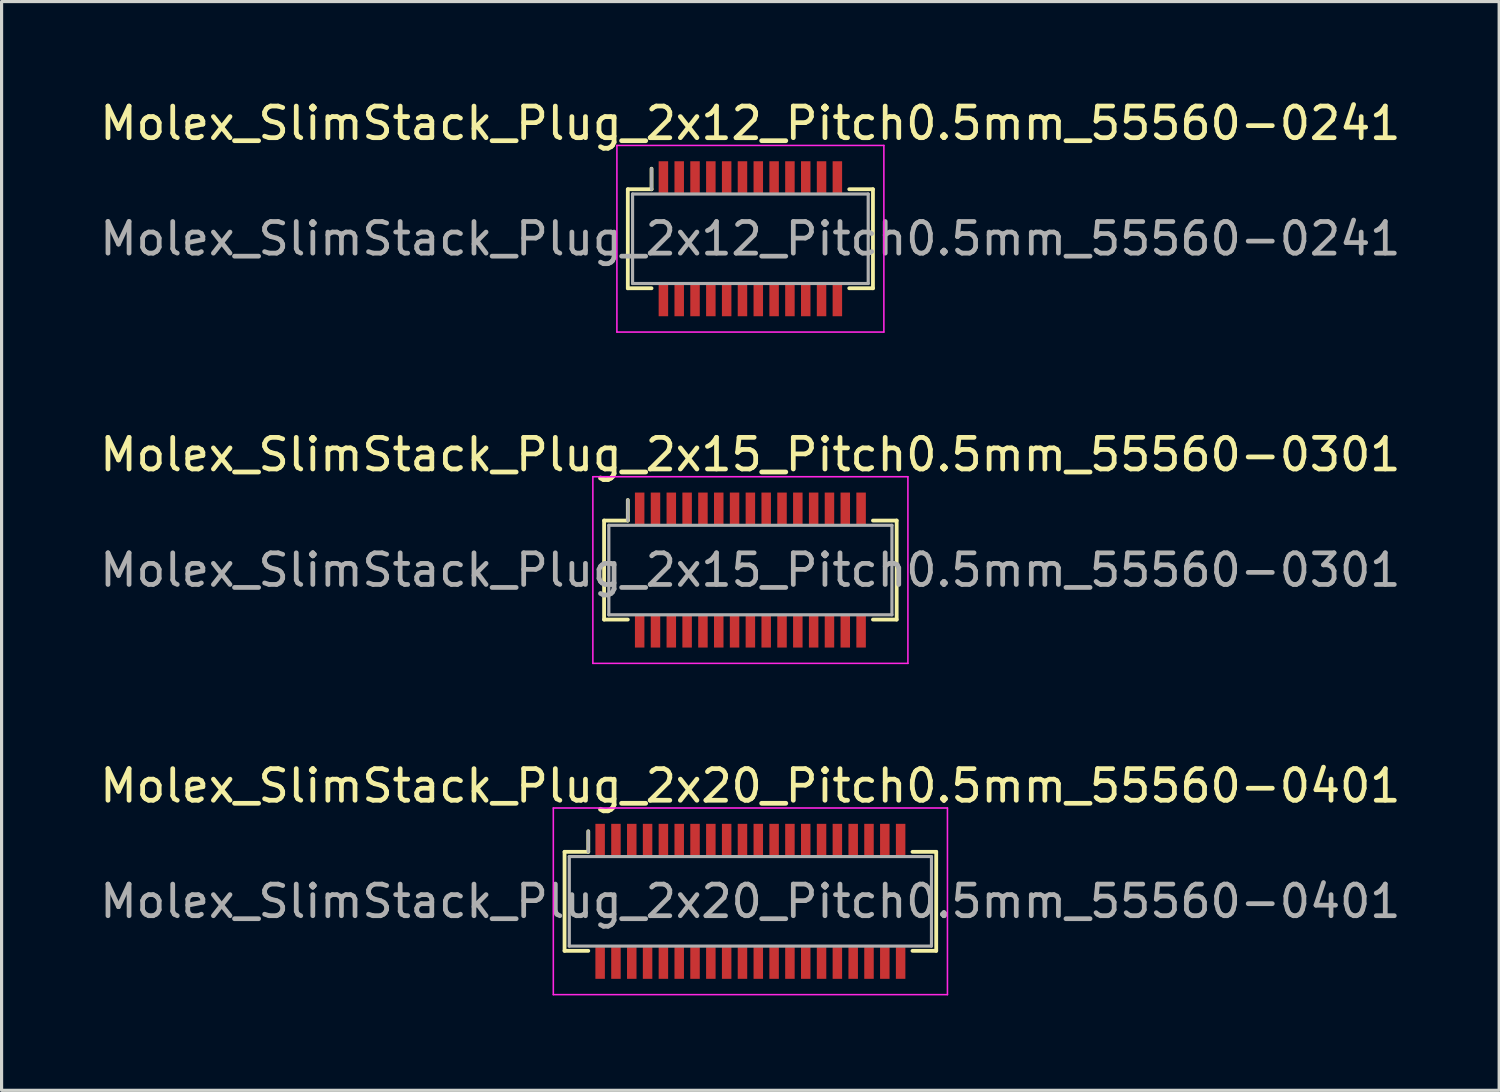
<source format=kicad_pcb>
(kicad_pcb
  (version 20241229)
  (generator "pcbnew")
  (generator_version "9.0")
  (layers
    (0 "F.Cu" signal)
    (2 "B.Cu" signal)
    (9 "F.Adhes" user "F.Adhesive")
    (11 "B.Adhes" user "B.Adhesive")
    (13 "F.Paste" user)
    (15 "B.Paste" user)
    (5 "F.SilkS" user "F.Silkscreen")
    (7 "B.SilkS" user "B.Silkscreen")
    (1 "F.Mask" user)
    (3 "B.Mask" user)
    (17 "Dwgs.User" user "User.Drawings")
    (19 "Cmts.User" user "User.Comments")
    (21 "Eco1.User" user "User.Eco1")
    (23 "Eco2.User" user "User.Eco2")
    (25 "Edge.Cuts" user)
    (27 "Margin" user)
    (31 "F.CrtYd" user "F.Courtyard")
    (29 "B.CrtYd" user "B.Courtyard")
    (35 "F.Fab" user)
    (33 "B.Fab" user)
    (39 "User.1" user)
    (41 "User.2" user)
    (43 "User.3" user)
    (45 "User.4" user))
  (footprint "Molex_SlimStack_Plug_2x15_Pitch0.5mm_55560-0301"
    (layer "F.Cu")
    (at 20.673 14.972)
    (property "Reference" "Molex_SlimStack_Plug_2x15_Pitch0.5mm_55560-0301" (at 0 -3.65 0) (layer "F.SilkS") (effects (font (size 1 1) (thickness 0.15))))
    (attr smd)
    (fp_line (start -4.625 -1.565) (end -3.875 -1.565) (stroke (width 0.12) (type solid)) (layer "F.SilkS"))
    (fp_line (start -4.625 1.565) (end -4.625 -1.565) (stroke (width 0.12) (type solid)) (layer "F.SilkS"))
    (fp_line (start -3.875 -1.565) (end -3.875 -2.215) (stroke (width 0.12) (type solid)) (layer "F.SilkS"))
    (fp_line (start -3.875 1.565) (end -4.625 1.565) (stroke (width 0.12) (type solid)) (layer "F.SilkS"))
    (fp_line (start 3.875 1.565) (end 4.625 1.565) (stroke (width 0.12) (type solid)) (layer "F.SilkS"))
    (fp_line (start 4.625 -1.565) (end 3.875 -1.565) (stroke (width 0.12) (type solid)) (layer "F.SilkS"))
    (fp_line (start 4.625 1.565) (end 4.625 -1.565) (stroke (width 0.12) (type solid)) (layer "F.SilkS"))
    (fp_line (start -4.98 -2.95) (end -4.98 2.95) (stroke (width 0.05) (type solid)) (layer "F.CrtYd"))
    (fp_line (start -4.98 2.95) (end 4.98 2.95) (stroke (width 0.05) (type solid)) (layer "F.CrtYd"))
    (fp_line (start 4.98 -2.95) (end -4.98 -2.95) (stroke (width 0.05) (type solid)) (layer "F.CrtYd"))
    (fp_line (start 4.98 2.95) (end 4.98 -2.95) (stroke (width 0.05) (type solid)) (layer "F.CrtYd"))
    (fp_line (start -4.475 -1.415) (end -4.475 1.415) (stroke (width 0.1) (type solid)) (layer "F.Fab"))
    (fp_line (start -4.475 1.415) (end 4.475 1.415) (stroke (width 0.1) (type solid)) (layer "F.Fab"))
    (fp_line (start -3.875 -1.565) (end -3.875 -2.215) (stroke (width 0.1) (type solid)) (layer "F.Fab"))
    (fp_line (start 4.475 -1.415) (end -4.475 -1.415) (stroke (width 0.1) (type solid)) (layer "F.Fab"))
    (fp_line (start 4.475 1.415) (end 4.475 -1.415) (stroke (width 0.1) (type solid)) (layer "F.Fab"))
    (fp_text user "${REFERENCE}" (at 0 0 0) (layer "F.Fab") (effects (font (size 1 1) (thickness 0.15))))
    (pad "1" smd rect (at -3.5 -1.95) (size 0.3 1) (layers "F.Cu" "F.Mask" "F.Paste"))
    (pad "2" smd rect (at -3.5 1.95) (size 0.3 1) (layers "F.Cu" "F.Mask" "F.Paste"))
    (pad "3" smd rect (at -3 -1.95) (size 0.3 1) (layers "F.Cu" "F.Mask" "F.Paste"))
    (pad "4" smd rect (at -3 1.95) (size 0.3 1) (layers "F.Cu" "F.Mask" "F.Paste"))
    (pad "5" smd rect (at -2.5 -1.95) (size 0.3 1) (layers "F.Cu" "F.Mask" "F.Paste"))
    (pad "6" smd rect (at -2.5 1.95) (size 0.3 1) (layers "F.Cu" "F.Mask" "F.Paste"))
    (pad "7" smd rect (at -2 -1.95) (size 0.3 1) (layers "F.Cu" "F.Mask" "F.Paste"))
    (pad "8" smd rect (at -2 1.95) (size 0.3 1) (layers "F.Cu" "F.Mask" "F.Paste"))
    (pad "9" smd rect (at -1.5 -1.95) (size 0.3 1) (layers "F.Cu" "F.Mask" "F.Paste"))
    (pad "10" smd rect (at -1.5 1.95) (size 0.3 1) (layers "F.Cu" "F.Mask" "F.Paste"))
    (pad "11" smd rect (at -1 -1.95) (size 0.3 1) (layers "F.Cu" "F.Mask" "F.Paste"))
    (pad "12" smd rect (at -1 1.95) (size 0.3 1) (layers "F.Cu" "F.Mask" "F.Paste"))
    (pad "13" smd rect (at -0.5 -1.95) (size 0.3 1) (layers "F.Cu" "F.Mask" "F.Paste"))
    (pad "14" smd rect (at -0.5 1.95) (size 0.3 1) (layers "F.Cu" "F.Mask" "F.Paste"))
    (pad "15" smd rect (at 0 -1.95) (size 0.3 1) (layers "F.Cu" "F.Mask" "F.Paste"))
    (pad "16" smd rect (at 0 1.95) (size 0.3 1) (layers "F.Cu" "F.Mask" "F.Paste"))
    (pad "17" smd rect (at 0.5 -1.95) (size 0.3 1) (layers "F.Cu" "F.Mask" "F.Paste"))
    (pad "18" smd rect (at 0.5 1.95) (size 0.3 1) (layers "F.Cu" "F.Mask" "F.Paste"))
    (pad "19" smd rect (at 1 -1.95) (size 0.3 1) (layers "F.Cu" "F.Mask" "F.Paste"))
    (pad "20" smd rect (at 1 1.95) (size 0.3 1) (layers "F.Cu" "F.Mask" "F.Paste"))
    (pad "21" smd rect (at 1.5 -1.95) (size 0.3 1) (layers "F.Cu" "F.Mask" "F.Paste"))
    (pad "22" smd rect (at 1.5 1.95) (size 0.3 1) (layers "F.Cu" "F.Mask" "F.Paste"))
    (pad "23" smd rect (at 2 -1.95) (size 0.3 1) (layers "F.Cu" "F.Mask" "F.Paste"))
    (pad "24" smd rect (at 2 1.95) (size 0.3 1) (layers "F.Cu" "F.Mask" "F.Paste"))
    (pad "25" smd rect (at 2.5 -1.95) (size 0.3 1) (layers "F.Cu" "F.Mask" "F.Paste"))
    (pad "26" smd rect (at 2.5 1.95) (size 0.3 1) (layers "F.Cu" "F.Mask" "F.Paste"))
    (pad "27" smd rect (at 3 -1.95) (size 0.3 1) (layers "F.Cu" "F.Mask" "F.Paste"))
    (pad "28" smd rect (at 3 1.95) (size 0.3 1) (layers "F.Cu" "F.Mask" "F.Paste"))
    (pad "29" smd rect (at 3.5 -1.95) (size 0.3 1) (layers "F.Cu" "F.Mask" "F.Paste"))
    (pad "30" smd rect (at 3.5 1.95) (size 0.3 1) (layers "F.Cu" "F.Mask" "F.Paste")))
  (footprint "Molex_SlimStack_Plug_2x12_Pitch0.5mm_55560-0241"
    (layer "F.Cu")
    (at 20.673 4.498)
    (property "Reference" "Molex_SlimStack_Plug_2x12_Pitch0.5mm_55560-0241" (at 0 -3.65 0) (layer "F.SilkS") (effects (font (size 1 1) (thickness 0.15))))
    (attr smd)
    (fp_line (start -3.875 -1.565) (end -3.125 -1.565) (stroke (width 0.12) (type solid)) (layer "F.SilkS"))
    (fp_line (start -3.875 1.565) (end -3.875 -1.565) (stroke (width 0.12) (type solid)) (layer "F.SilkS"))
    (fp_line (start -3.125 -1.565) (end -3.125 -2.215) (stroke (width 0.12) (type solid)) (layer "F.SilkS"))
    (fp_line (start -3.125 1.565) (end -3.875 1.565) (stroke (width 0.12) (type solid)) (layer "F.SilkS"))
    (fp_line (start 3.125 1.565) (end 3.875 1.565) (stroke (width 0.12) (type solid)) (layer "F.SilkS"))
    (fp_line (start 3.875 -1.565) (end 3.125 -1.565) (stroke (width 0.12) (type solid)) (layer "F.SilkS"))
    (fp_line (start 3.875 1.565) (end 3.875 -1.565) (stroke (width 0.12) (type solid)) (layer "F.SilkS"))
    (fp_line (start -4.22 -2.95) (end -4.22 2.95) (stroke (width 0.05) (type solid)) (layer "F.CrtYd"))
    (fp_line (start -4.22 2.95) (end 4.22 2.95) (stroke (width 0.05) (type solid)) (layer "F.CrtYd"))
    (fp_line (start 4.22 -2.95) (end -4.22 -2.95) (stroke (width 0.05) (type solid)) (layer "F.CrtYd"))
    (fp_line (start 4.22 2.95) (end 4.22 -2.95) (stroke (width 0.05) (type solid)) (layer "F.CrtYd"))
    (fp_line (start -3.725 -1.415) (end -3.725 1.415) (stroke (width 0.1) (type solid)) (layer "F.Fab"))
    (fp_line (start -3.725 1.415) (end 3.725 1.415) (stroke (width 0.1) (type solid)) (layer "F.Fab"))
    (fp_line (start -3.125 -1.565) (end -3.125 -2.215) (stroke (width 0.1) (type solid)) (layer "F.Fab"))
    (fp_line (start 3.725 -1.415) (end -3.725 -1.415) (stroke (width 0.1) (type solid)) (layer "F.Fab"))
    (fp_line (start 3.725 1.415) (end 3.725 -1.415) (stroke (width 0.1) (type solid)) (layer "F.Fab"))
    (fp_text user "${REFERENCE}" (at 0 0 0) (layer "F.Fab") (effects (font (size 1 1) (thickness 0.15))))
    (pad "1" smd rect (at -2.75 -1.95) (size 0.3 1) (layers "F.Cu" "F.Mask" "F.Paste"))
    (pad "2" smd rect (at -2.75 1.95) (size 0.3 1) (layers "F.Cu" "F.Mask" "F.Paste"))
    (pad "3" smd rect (at -2.25 -1.95) (size 0.3 1) (layers "F.Cu" "F.Mask" "F.Paste"))
    (pad "4" smd rect (at -2.25 1.95) (size 0.3 1) (layers "F.Cu" "F.Mask" "F.Paste"))
    (pad "5" smd rect (at -1.75 -1.95) (size 0.3 1) (layers "F.Cu" "F.Mask" "F.Paste"))
    (pad "6" smd rect (at -1.75 1.95) (size 0.3 1) (layers "F.Cu" "F.Mask" "F.Paste"))
    (pad "7" smd rect (at -1.25 -1.95) (size 0.3 1) (layers "F.Cu" "F.Mask" "F.Paste"))
    (pad "8" smd rect (at -1.25 1.95) (size 0.3 1) (layers "F.Cu" "F.Mask" "F.Paste"))
    (pad "9" smd rect (at -0.75 -1.95) (size 0.3 1) (layers "F.Cu" "F.Mask" "F.Paste"))
    (pad "10" smd rect (at -0.75 1.95) (size 0.3 1) (layers "F.Cu" "F.Mask" "F.Paste"))
    (pad "11" smd rect (at -0.25 -1.95) (size 0.3 1) (layers "F.Cu" "F.Mask" "F.Paste"))
    (pad "12" smd rect (at -0.25 1.95) (size 0.3 1) (layers "F.Cu" "F.Mask" "F.Paste"))
    (pad "13" smd rect (at 0.25 -1.95) (size 0.3 1) (layers "F.Cu" "F.Mask" "F.Paste"))
    (pad "14" smd rect (at 0.25 1.95) (size 0.3 1) (layers "F.Cu" "F.Mask" "F.Paste"))
    (pad "15" smd rect (at 0.75 -1.95) (size 0.3 1) (layers "F.Cu" "F.Mask" "F.Paste"))
    (pad "16" smd rect (at 0.75 1.95) (size 0.3 1) (layers "F.Cu" "F.Mask" "F.Paste"))
    (pad "17" smd rect (at 1.25 -1.95) (size 0.3 1) (layers "F.Cu" "F.Mask" "F.Paste"))
    (pad "18" smd rect (at 1.25 1.95) (size 0.3 1) (layers "F.Cu" "F.Mask" "F.Paste"))
    (pad "19" smd rect (at 1.75 -1.95) (size 0.3 1) (layers "F.Cu" "F.Mask" "F.Paste"))
    (pad "20" smd rect (at 1.75 1.95) (size 0.3 1) (layers "F.Cu" "F.Mask" "F.Paste"))
    (pad "21" smd rect (at 2.25 -1.95) (size 0.3 1) (layers "F.Cu" "F.Mask" "F.Paste"))
    (pad "22" smd rect (at 2.25 1.95) (size 0.3 1) (layers "F.Cu" "F.Mask" "F.Paste"))
    (pad "23" smd rect (at 2.75 -1.95) (size 0.3 1) (layers "F.Cu" "F.Mask" "F.Paste"))
    (pad "24" smd rect (at 2.75 1.95) (size 0.3 1) (layers "F.Cu" "F.Mask" "F.Paste")))
  (footprint "Molex_SlimStack_Plug_2x20_Pitch0.5mm_55560-0401"
    (layer "F.Cu")
    (at 20.673 25.445)
    (property "Reference" "Molex_SlimStack_Plug_2x20_Pitch0.5mm_55560-0401" (at 0 -3.65 0) (layer "F.SilkS") (effects (font (size 1 1) (thickness 0.15))))
    (attr smd)
    (fp_line (start -5.875 -1.565) (end -5.125 -1.565) (stroke (width 0.12) (type solid)) (layer "F.SilkS"))
    (fp_line (start -5.875 1.565) (end -5.875 -1.565) (stroke (width 0.12) (type solid)) (layer "F.SilkS"))
    (fp_line (start -5.125 -1.565) (end -5.125 -2.215) (stroke (width 0.12) (type solid)) (layer "F.SilkS"))
    (fp_line (start -5.125 1.565) (end -5.875 1.565) (stroke (width 0.12) (type solid)) (layer "F.SilkS"))
    (fp_line (start 5.125 1.565) (end 5.875 1.565) (stroke (width 0.12) (type solid)) (layer "F.SilkS"))
    (fp_line (start 5.875 -1.565) (end 5.125 -1.565) (stroke (width 0.12) (type solid)) (layer "F.SilkS"))
    (fp_line (start 5.875 1.565) (end 5.875 -1.565) (stroke (width 0.12) (type solid)) (layer "F.SilkS"))
    (fp_line (start -6.23 -2.95) (end -6.23 2.95) (stroke (width 0.05) (type solid)) (layer "F.CrtYd"))
    (fp_line (start -6.23 2.95) (end 6.23 2.95) (stroke (width 0.05) (type solid)) (layer "F.CrtYd"))
    (fp_line (start 6.23 -2.95) (end -6.23 -2.95) (stroke (width 0.05) (type solid)) (layer "F.CrtYd"))
    (fp_line (start 6.23 2.95) (end 6.23 -2.95) (stroke (width 0.05) (type solid)) (layer "F.CrtYd"))
    (fp_line (start -5.725 -1.415) (end -5.725 1.415) (stroke (width 0.1) (type solid)) (layer "F.Fab"))
    (fp_line (start -5.725 1.415) (end 5.725 1.415) (stroke (width 0.1) (type solid)) (layer "F.Fab"))
    (fp_line (start -5.125 -1.565) (end -5.125 -2.215) (stroke (width 0.1) (type solid)) (layer "F.Fab"))
    (fp_line (start 5.725 -1.415) (end -5.725 -1.415) (stroke (width 0.1) (type solid)) (layer "F.Fab"))
    (fp_line (start 5.725 1.415) (end 5.725 -1.415) (stroke (width 0.1) (type solid)) (layer "F.Fab"))
    (fp_text user "${REFERENCE}" (at 0 0 0) (layer "F.Fab") (effects (font (size 1 1) (thickness 0.15))))
    (pad "1" smd rect (at -4.75 -1.95) (size 0.3 1) (layers "F.Cu" "F.Mask" "F.Paste"))
    (pad "2" smd rect (at -4.75 1.95) (size 0.3 1) (layers "F.Cu" "F.Mask" "F.Paste"))
    (pad "3" smd rect (at -4.25 -1.95) (size 0.3 1) (layers "F.Cu" "F.Mask" "F.Paste"))
    (pad "4" smd rect (at -4.25 1.95) (size 0.3 1) (layers "F.Cu" "F.Mask" "F.Paste"))
    (pad "5" smd rect (at -3.75 -1.95) (size 0.3 1) (layers "F.Cu" "F.Mask" "F.Paste"))
    (pad "6" smd rect (at -3.75 1.95) (size 0.3 1) (layers "F.Cu" "F.Mask" "F.Paste"))
    (pad "7" smd rect (at -3.25 -1.95) (size 0.3 1) (layers "F.Cu" "F.Mask" "F.Paste"))
    (pad "8" smd rect (at -3.25 1.95) (size 0.3 1) (layers "F.Cu" "F.Mask" "F.Paste"))
    (pad "9" smd rect (at -2.75 -1.95) (size 0.3 1) (layers "F.Cu" "F.Mask" "F.Paste"))
    (pad "10" smd rect (at -2.75 1.95) (size 0.3 1) (layers "F.Cu" "F.Mask" "F.Paste"))
    (pad "11" smd rect (at -2.25 -1.95) (size 0.3 1) (layers "F.Cu" "F.Mask" "F.Paste"))
    (pad "12" smd rect (at -2.25 1.95) (size 0.3 1) (layers "F.Cu" "F.Mask" "F.Paste"))
    (pad "13" smd rect (at -1.75 -1.95) (size 0.3 1) (layers "F.Cu" "F.Mask" "F.Paste"))
    (pad "14" smd rect (at -1.75 1.95) (size 0.3 1) (layers "F.Cu" "F.Mask" "F.Paste"))
    (pad "15" smd rect (at -1.25 -1.95) (size 0.3 1) (layers "F.Cu" "F.Mask" "F.Paste"))
    (pad "16" smd rect (at -1.25 1.95) (size 0.3 1) (layers "F.Cu" "F.Mask" "F.Paste"))
    (pad "17" smd rect (at -0.75 -1.95) (size 0.3 1) (layers "F.Cu" "F.Mask" "F.Paste"))
    (pad "18" smd rect (at -0.75 1.95) (size 0.3 1) (layers "F.Cu" "F.Mask" "F.Paste"))
    (pad "19" smd rect (at -0.25 -1.95) (size 0.3 1) (layers "F.Cu" "F.Mask" "F.Paste"))
    (pad "20" smd rect (at -0.25 1.95) (size 0.3 1) (layers "F.Cu" "F.Mask" "F.Paste"))
    (pad "21" smd rect (at 0.25 -1.95) (size 0.3 1) (layers "F.Cu" "F.Mask" "F.Paste"))
    (pad "22" smd rect (at 0.25 1.95) (size 0.3 1) (layers "F.Cu" "F.Mask" "F.Paste"))
    (pad "23" smd rect (at 0.75 -1.95) (size 0.3 1) (layers "F.Cu" "F.Mask" "F.Paste"))
    (pad "24" smd rect (at 0.75 1.95) (size 0.3 1) (layers "F.Cu" "F.Mask" "F.Paste"))
    (pad "25" smd rect (at 1.25 -1.95) (size 0.3 1) (layers "F.Cu" "F.Mask" "F.Paste"))
    (pad "26" smd rect (at 1.25 1.95) (size 0.3 1) (layers "F.Cu" "F.Mask" "F.Paste"))
    (pad "27" smd rect (at 1.75 -1.95) (size 0.3 1) (layers "F.Cu" "F.Mask" "F.Paste"))
    (pad "28" smd rect (at 1.75 1.95) (size 0.3 1) (layers "F.Cu" "F.Mask" "F.Paste"))
    (pad "29" smd rect (at 2.25 -1.95) (size 0.3 1) (layers "F.Cu" "F.Mask" "F.Paste"))
    (pad "30" smd rect (at 2.25 1.95) (size 0.3 1) (layers "F.Cu" "F.Mask" "F.Paste"))
    (pad "31" smd rect (at 2.75 -1.95) (size 0.3 1) (layers "F.Cu" "F.Mask" "F.Paste"))
    (pad "32" smd rect (at 2.75 1.95) (size 0.3 1) (layers "F.Cu" "F.Mask" "F.Paste"))
    (pad "33" smd rect (at 3.25 -1.95) (size 0.3 1) (layers "F.Cu" "F.Mask" "F.Paste"))
    (pad "34" smd rect (at 3.25 1.95) (size 0.3 1) (layers "F.Cu" "F.Mask" "F.Paste"))
    (pad "35" smd rect (at 3.75 -1.95) (size 0.3 1) (layers "F.Cu" "F.Mask" "F.Paste"))
    (pad "36" smd rect (at 3.75 1.95) (size 0.3 1) (layers "F.Cu" "F.Mask" "F.Paste"))
    (pad "37" smd rect (at 4.25 -1.95) (size 0.3 1) (layers "F.Cu" "F.Mask" "F.Paste"))
    (pad "38" smd rect (at 4.25 1.95) (size 0.3 1) (layers "F.Cu" "F.Mask" "F.Paste"))
    (pad "39" smd rect (at 4.75 -1.95) (size 0.3 1) (layers "F.Cu" "F.Mask" "F.Paste"))
    (pad "40" smd rect (at 4.75 1.95) (size 0.3 1) (layers "F.Cu" "F.Mask" "F.Paste")))
  (gr_rect
    (start -3 -3)
    (end 44.345 31.42)
    (stroke (width 0.1) (type default))
    (fill no)
    (layer "Edge.Cuts")))
</source>
